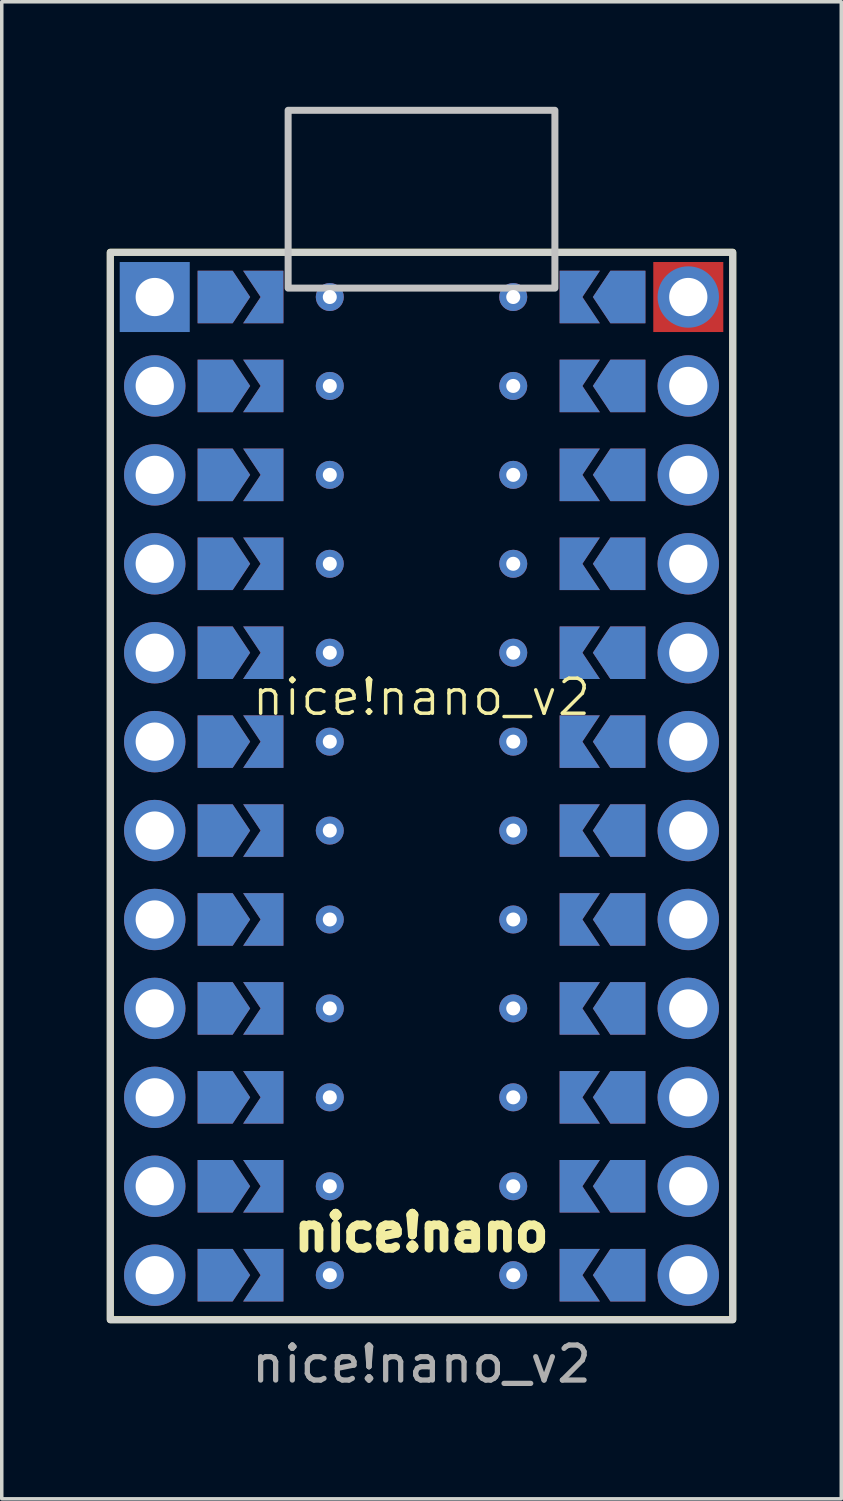
<source format=kicad_pcb>
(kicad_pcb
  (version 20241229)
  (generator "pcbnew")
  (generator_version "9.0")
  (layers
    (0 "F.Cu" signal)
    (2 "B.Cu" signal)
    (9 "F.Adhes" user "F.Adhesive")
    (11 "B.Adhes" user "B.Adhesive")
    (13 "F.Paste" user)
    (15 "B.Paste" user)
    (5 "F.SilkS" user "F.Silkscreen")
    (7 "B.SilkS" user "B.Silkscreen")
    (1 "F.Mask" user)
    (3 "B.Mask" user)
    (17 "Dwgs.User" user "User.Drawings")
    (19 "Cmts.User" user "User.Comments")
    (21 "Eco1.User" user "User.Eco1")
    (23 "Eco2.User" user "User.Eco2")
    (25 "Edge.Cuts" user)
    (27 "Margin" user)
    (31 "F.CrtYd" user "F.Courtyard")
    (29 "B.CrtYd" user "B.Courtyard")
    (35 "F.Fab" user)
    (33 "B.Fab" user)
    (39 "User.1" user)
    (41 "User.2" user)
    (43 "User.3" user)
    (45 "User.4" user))
  (footprint "nice!nano_v2"
    (layer "F.Cu")
    (at 8.99 19.404)
    (property "Reference" "nice!nano_v2" (at 0 -2.54 0) (unlocked yes) (layer "F.SilkS") (effects (font (size 1 1) (thickness 0.1))))
    (attr through_hole)
    (fp_rect (start 6.62 -14.97) (end 8.62 -12.97) (stroke (width 0) (type solid)) (fill yes) (layer "F.Cu"))
    (fp_rect (start 6.62 -14.97) (end 8.62 -12.97) (stroke (width 0) (type solid)) (fill yes) (layer "F.Mask"))
    (fp_rect (start -8.62 -14.97) (end -6.62 -12.97) (stroke (width 0) (type solid)) (fill yes) (layer "B.Cu"))
    (fp_rect (start -8.62 -14.97) (end -6.62 -12.97) (stroke (width 0) (type solid)) (fill yes) (layer "B.Mask"))
    (fp_rect (start -8.89 15.24) (end 8.89 -15.25) (stroke (width 0.2) (type default)) (fill no) (layer "F.SilkS"))
    (fp_rect (start -3.81 -19.304) (end 3.81 -14.224) (stroke (width 0.2) (type default)) (fill no) (layer "Dwgs.User"))
    (fp_rect (start -8.89 15.245) (end 8.89 -15.245) (stroke (width 0.2) (type default)) (fill no) (layer "Edge.Cuts"))
    (fp_text user "nice!nano" (at 0 13.335 0) (unlocked yes) (layer "F.SilkS") (effects (font (size 1 1) (thickness 0.25) (bold yes)) (justify bottom)))
    (fp_text user "${REFERENCE}" (at 0 16.51 0) (unlocked yes) (layer "F.Fab") (effects (font (size 1 1) (thickness 0.15))))
    (pad "" thru_hole circle (at -7.62 -13.97) (size 1.753 1.753) (drill 1.092) (layers "*.Cu" "*.Mask"))
    (pad "" thru_hole circle (at -7.62 -11.43) (size 1.753 1.753) (drill 1.092) (layers "*.Cu" "*.Mask"))
    (pad "" thru_hole circle (at -7.62 -8.89) (size 1.753 1.753) (drill 1.092) (layers "*.Cu" "*.Mask"))
    (pad "" thru_hole circle (at -7.62 -6.35) (size 1.753 1.753) (drill 1.092) (layers "*.Cu" "*.Mask"))
    (pad "" thru_hole circle (at -7.62 -3.81) (size 1.753 1.753) (drill 1.092) (layers "*.Cu" "*.Mask"))
    (pad "" thru_hole circle (at -7.62 -1.27) (size 1.753 1.753) (drill 1.092) (layers "*.Cu" "*.Mask"))
    (pad "" thru_hole circle (at -7.62 1.27) (size 1.753 1.753) (drill 1.092) (layers "*.Cu" "*.Mask"))
    (pad "" thru_hole circle (at -7.62 3.81) (size 1.753 1.753) (drill 1.092) (layers "*.Cu" "*.Mask"))
    (pad "" thru_hole circle (at -7.62 6.35) (size 1.753 1.753) (drill 1.092) (layers "*.Cu" "*.Mask"))
    (pad "" thru_hole circle (at -7.62 8.89) (size 1.753 1.753) (drill 1.092) (layers "*.Cu" "*.Mask"))
    (pad "" thru_hole circle (at -7.62 11.43) (size 1.753 1.753) (drill 1.092) (layers "*.Cu" "*.Mask"))
    (pad "" thru_hole circle (at -7.62 13.97) (size 1.753 1.753) (drill 1.092) (layers "*.Cu" "*.Mask"))
    (pad "" smd custom (at -5.895 -13.97) (size 0.3 0.3) (layers "F.Cu" "F.Mask") (options (anchor rect)) (primitives (gr_poly (pts (xy 1 0) (xy 0.5 0.75) (xy -0.5 0.75) (xy -0.5 -0.75) (xy 0.5 -0.75)) (width 0) (fill yes))))
    (pad "" smd custom (at -5.895 -13.97 180) (size 0.3 0.3) (layers "B.Cu" "B.Mask") (options (anchor rect)) (primitives (gr_poly (pts (xy -1 0) (xy -0.5 0.75) (xy 0.5 0.75) (xy 0.5 -0.75) (xy -0.5 -0.75)) (width 0) (fill yes))))
    (pad "" smd custom (at -5.895 -11.43) (size 0.3 0.3) (layers "F.Cu" "F.Mask") (options (anchor rect)) (primitives (gr_poly (pts (xy 1 0) (xy 0.5 0.75) (xy -0.5 0.75) (xy -0.5 -0.75) (xy 0.5 -0.75)) (width 0) (fill yes))))
    (pad "" smd custom (at -5.895 -11.43 180) (size 0.3 0.3) (layers "B.Cu" "B.Mask") (options (anchor rect)) (primitives (gr_poly (pts (xy -1 0) (xy -0.5 0.75) (xy 0.5 0.75) (xy 0.5 -0.75) (xy -0.5 -0.75)) (width 0) (fill yes))))
    (pad "" smd custom (at -5.895 -8.89) (size 0.3 0.3) (layers "F.Cu" "F.Mask") (options (anchor rect)) (primitives (gr_poly (pts (xy 1 0) (xy 0.5 0.75) (xy -0.5 0.75) (xy -0.5 -0.75) (xy 0.5 -0.75)) (width 0) (fill yes))))
    (pad "" smd custom (at -5.895 -8.89 180) (size 0.3 0.3) (layers "B.Cu" "B.Mask") (options (anchor rect)) (primitives (gr_poly (pts (xy -1 0) (xy -0.5 0.75) (xy 0.5 0.75) (xy 0.5 -0.75) (xy -0.5 -0.75)) (width 0) (fill yes))))
    (pad "" smd custom (at -5.895 -6.35) (size 0.3 0.3) (layers "F.Cu" "F.Mask") (options (anchor rect)) (primitives (gr_poly (pts (xy 1 0) (xy 0.5 0.75) (xy -0.5 0.75) (xy -0.5 -0.75) (xy 0.5 -0.75)) (width 0) (fill yes))))
    (pad "" smd custom (at -5.895 -6.35 180) (size 0.3 0.3) (layers "B.Cu" "B.Mask") (options (anchor rect)) (primitives (gr_poly (pts (xy -1 0) (xy -0.5 0.75) (xy 0.5 0.75) (xy 0.5 -0.75) (xy -0.5 -0.75)) (width 0) (fill yes))))
    (pad "" smd custom (at -5.895 -3.81) (size 0.3 0.3) (layers "F.Cu" "F.Mask") (options (anchor rect)) (primitives (gr_poly (pts (xy 1 0) (xy 0.5 0.75) (xy -0.5 0.75) (xy -0.5 -0.75) (xy 0.5 -0.75)) (width 0) (fill yes))))
    (pad "" smd custom (at -5.895 -3.81 180) (size 0.3 0.3) (layers "B.Cu" "B.Mask") (options (anchor rect)) (primitives (gr_poly (pts (xy -1 0) (xy -0.5 0.75) (xy 0.5 0.75) (xy 0.5 -0.75) (xy -0.5 -0.75)) (width 0) (fill yes))))
    (pad "" smd custom (at -5.895 -1.27) (size 0.3 0.3) (layers "F.Cu" "F.Mask") (options (anchor rect)) (primitives (gr_poly (pts (xy 1 0) (xy 0.5 0.75) (xy -0.5 0.75) (xy -0.5 -0.75) (xy 0.5 -0.75)) (width 0) (fill yes))))
    (pad "" smd custom (at -5.895 -1.27 180) (size 0.3 0.3) (layers "B.Cu" "B.Mask") (options (anchor rect)) (primitives (gr_poly (pts (xy -1 0) (xy -0.5 0.75) (xy 0.5 0.75) (xy 0.5 -0.75) (xy -0.5 -0.75)) (width 0) (fill yes))))
    (pad "" smd custom (at -5.895 1.27) (size 0.3 0.3) (layers "F.Cu" "F.Mask") (options (anchor rect)) (primitives (gr_poly (pts (xy 1 0) (xy 0.5 0.75) (xy -0.5 0.75) (xy -0.5 -0.75) (xy 0.5 -0.75)) (width 0) (fill yes))))
    (pad "" smd custom (at -5.895 1.27 180) (size 0.3 0.3) (layers "B.Cu" "B.Mask") (options (anchor rect)) (primitives (gr_poly (pts (xy -1 0) (xy -0.5 0.75) (xy 0.5 0.75) (xy 0.5 -0.75) (xy -0.5 -0.75)) (width 0) (fill yes))))
    (pad "" smd custom (at -5.895 3.81) (size 0.3 0.3) (layers "F.Cu" "F.Mask") (options (anchor rect)) (primitives (gr_poly (pts (xy 1 0) (xy 0.5 0.75) (xy -0.5 0.75) (xy -0.5 -0.75) (xy 0.5 -0.75)) (width 0) (fill yes))))
    (pad "" smd custom (at -5.895 3.81 180) (size 0.3 0.3) (layers "B.Cu" "B.Mask") (options (anchor rect)) (primitives (gr_poly (pts (xy -1 0) (xy -0.5 0.75) (xy 0.5 0.75) (xy 0.5 -0.75) (xy -0.5 -0.75)) (width 0) (fill yes))))
    (pad "" smd custom (at -5.895 6.35) (size 0.3 0.3) (layers "F.Cu" "F.Mask") (options (anchor rect)) (primitives (gr_poly (pts (xy 1 0) (xy 0.5 0.75) (xy -0.5 0.75) (xy -0.5 -0.75) (xy 0.5 -0.75)) (width 0) (fill yes))))
    (pad "" smd custom (at -5.895 6.35 180) (size 0.3 0.3) (layers "B.Cu" "B.Mask") (options (anchor rect)) (primitives (gr_poly (pts (xy -1 0) (xy -0.5 0.75) (xy 0.5 0.75) (xy 0.5 -0.75) (xy -0.5 -0.75)) (width 0) (fill yes))))
    (pad "" smd custom (at -5.895 8.89) (size 0.3 0.3) (layers "F.Cu" "F.Mask") (options (anchor rect)) (primitives (gr_poly (pts (xy 1 0) (xy 0.5 0.75) (xy -0.5 0.75) (xy -0.5 -0.75) (xy 0.5 -0.75)) (width 0) (fill yes))))
    (pad "" smd custom (at -5.895 8.89 180) (size 0.3 0.3) (layers "B.Cu" "B.Mask") (options (anchor rect)) (primitives (gr_poly (pts (xy -1 0) (xy -0.5 0.75) (xy 0.5 0.75) (xy 0.5 -0.75) (xy -0.5 -0.75)) (width 0) (fill yes))))
    (pad "" smd custom (at -5.895 11.43) (size 0.3 0.3) (layers "F.Cu" "F.Mask") (options (anchor rect)) (primitives (gr_poly (pts (xy 1 0) (xy 0.5 0.75) (xy -0.5 0.75) (xy -0.5 -0.75) (xy 0.5 -0.75)) (width 0) (fill yes))))
    (pad "" smd custom (at -5.895 11.43 180) (size 0.3 0.3) (layers "B.Cu" "B.Mask") (options (anchor rect)) (primitives (gr_poly (pts (xy -1 0) (xy -0.5 0.75) (xy 0.5 0.75) (xy 0.5 -0.75) (xy -0.5 -0.75)) (width 0) (fill yes))))
    (pad "" smd custom (at -5.895 13.97) (size 0.3 0.3) (layers "F.Cu" "F.Mask") (options (anchor rect)) (primitives (gr_poly (pts (xy 1 0) (xy 0.5 0.75) (xy -0.5 0.75) (xy -0.5 -0.75) (xy 0.5 -0.75)) (width 0) (fill yes))))
    (pad "" smd custom (at -5.895 13.97 180) (size 0.3 0.3) (layers "B.Cu" "B.Mask") (options (anchor rect)) (primitives (gr_poly (pts (xy -1 0) (xy -0.5 0.75) (xy 0.5 0.75) (xy 0.5 -0.75) (xy -0.5 -0.75)) (width 0) (fill yes))))
    (pad "" smd custom (at -4.445 -13.97) (size 0.3 0.3) (layers "F.Cu" "F.Mask") (options (anchor rect)) (primitives (gr_poly (pts (xy 0.5 0.75) (xy -0.65 0.75) (xy -0.15 0) (xy -0.65 -0.75) (xy 0.5 -0.75)) (width 0) (fill yes))))
    (pad "" smd custom (at -4.445 -13.97 180) (size 0.3 0.3) (layers "B.Cu" "B.Mask") (options (anchor rect)) (primitives (gr_poly (pts (xy -0.5 0.75) (xy 0.65 0.75) (xy 0.15 0) (xy 0.65 -0.75) (xy -0.5 -0.75)) (width 0) (fill yes))))
    (pad "" smd custom (at -4.445 -11.43) (size 0.3 0.3) (layers "F.Cu" "F.Mask") (options (anchor rect)) (primitives (gr_poly (pts (xy 0.5 0.75) (xy -0.65 0.75) (xy -0.15 0) (xy -0.65 -0.75) (xy 0.5 -0.75)) (width 0) (fill yes))))
    (pad "" smd custom (at -4.445 -11.43 180) (size 0.3 0.3) (layers "B.Cu" "B.Mask") (options (anchor rect)) (primitives (gr_poly (pts (xy -0.5 0.75) (xy 0.65 0.75) (xy 0.15 0) (xy 0.65 -0.75) (xy -0.5 -0.75)) (width 0) (fill yes))))
    (pad "" smd custom (at -4.445 -8.89) (size 0.3 0.3) (layers "F.Cu" "F.Mask") (options (anchor rect)) (primitives (gr_poly (pts (xy 0.5 0.75) (xy -0.65 0.75) (xy -0.15 0) (xy -0.65 -0.75) (xy 0.5 -0.75)) (width 0) (fill yes))))
    (pad "" smd custom (at -4.445 -8.89 180) (size 0.3 0.3) (layers "B.Cu" "B.Mask") (options (anchor rect)) (primitives (gr_poly (pts (xy -0.5 0.75) (xy 0.65 0.75) (xy 0.15 0) (xy 0.65 -0.75) (xy -0.5 -0.75)) (width 0) (fill yes))))
    (pad "" smd custom (at -4.445 -6.35) (size 0.3 0.3) (layers "F.Cu" "F.Mask") (options (anchor rect)) (primitives (gr_poly (pts (xy 0.5 0.75) (xy -0.65 0.75) (xy -0.15 0) (xy -0.65 -0.75) (xy 0.5 -0.75)) (width 0) (fill yes))))
    (pad "" smd custom (at -4.445 -6.35 180) (size 0.3 0.3) (layers "B.Cu" "B.Mask") (options (anchor rect)) (primitives (gr_poly (pts (xy -0.5 0.75) (xy 0.65 0.75) (xy 0.15 0) (xy 0.65 -0.75) (xy -0.5 -0.75)) (width 0) (fill yes))))
    (pad "" smd custom (at -4.445 -3.81) (size 0.3 0.3) (layers "F.Cu" "F.Mask") (options (anchor rect)) (primitives (gr_poly (pts (xy 0.5 0.75) (xy -0.65 0.75) (xy -0.15 0) (xy -0.65 -0.75) (xy 0.5 -0.75)) (width 0) (fill yes))))
    (pad "" smd custom (at -4.445 -3.81 180) (size 0.3 0.3) (layers "B.Cu" "B.Mask") (options (anchor rect)) (primitives (gr_poly (pts (xy -0.5 0.75) (xy 0.65 0.75) (xy 0.15 0) (xy 0.65 -0.75) (xy -0.5 -0.75)) (width 0) (fill yes))))
    (pad "" smd custom (at -4.445 -1.27) (size 0.3 0.3) (layers "F.Cu" "F.Mask") (options (anchor rect)) (primitives (gr_poly (pts (xy 0.5 0.75) (xy -0.65 0.75) (xy -0.15 0) (xy -0.65 -0.75) (xy 0.5 -0.75)) (width 0) (fill yes))))
    (pad "" smd custom (at -4.445 -1.27 180) (size 0.3 0.3) (layers "B.Cu" "B.Mask") (options (anchor rect)) (primitives (gr_poly (pts (xy -0.5 0.75) (xy 0.65 0.75) (xy 0.15 0) (xy 0.65 -0.75) (xy -0.5 -0.75)) (width 0) (fill yes))))
    (pad "" smd custom (at -4.445 1.27) (size 0.3 0.3) (layers "F.Cu" "F.Mask") (options (anchor rect)) (primitives (gr_poly (pts (xy 0.5 0.75) (xy -0.65 0.75) (xy -0.15 0) (xy -0.65 -0.75) (xy 0.5 -0.75)) (width 0) (fill yes))))
    (pad "" smd custom (at -4.445 1.27 180) (size 0.3 0.3) (layers "B.Cu" "B.Mask") (options (anchor rect)) (primitives (gr_poly (pts (xy -0.5 0.75) (xy 0.65 0.75) (xy 0.15 0) (xy 0.65 -0.75) (xy -0.5 -0.75)) (width 0) (fill yes))))
    (pad "" smd custom (at -4.445 3.81) (size 0.3 0.3) (layers "F.Cu" "F.Mask") (options (anchor rect)) (primitives (gr_poly (pts (xy 0.5 0.75) (xy -0.65 0.75) (xy -0.15 0) (xy -0.65 -0.75) (xy 0.5 -0.75)) (width 0) (fill yes))))
    (pad "" smd custom (at -4.445 3.81 180) (size 0.3 0.3) (layers "B.Cu" "B.Mask") (options (anchor rect)) (primitives (gr_poly (pts (xy -0.5 0.75) (xy 0.65 0.75) (xy 0.15 0) (xy 0.65 -0.75) (xy -0.5 -0.75)) (width 0) (fill yes))))
    (pad "" smd custom (at -4.445 6.35) (size 0.3 0.3) (layers "F.Cu" "F.Mask") (options (anchor rect)) (primitives (gr_poly (pts (xy 0.5 0.75) (xy -0.65 0.75) (xy -0.15 0) (xy -0.65 -0.75) (xy 0.5 -0.75)) (width 0) (fill yes))))
    (pad "" smd custom (at -4.445 6.35 180) (size 0.3 0.3) (layers "B.Cu" "B.Mask") (options (anchor rect)) (primitives (gr_poly (pts (xy -0.5 0.75) (xy 0.65 0.75) (xy 0.15 0) (xy 0.65 -0.75) (xy -0.5 -0.75)) (width 0) (fill yes))))
    (pad "" smd custom (at -4.445 8.89) (size 0.3 0.3) (layers "F.Cu" "F.Mask") (options (anchor rect)) (primitives (gr_poly (pts (xy 0.5 0.75) (xy -0.65 0.75) (xy -0.15 0) (xy -0.65 -0.75) (xy 0.5 -0.75)) (width 0) (fill yes))))
    (pad "" smd custom (at -4.445 8.89 180) (size 0.3 0.3) (layers "B.Cu" "B.Mask") (options (anchor rect)) (primitives (gr_poly (pts (xy -0.5 0.75) (xy 0.65 0.75) (xy 0.15 0) (xy 0.65 -0.75) (xy -0.5 -0.75)) (width 0) (fill yes))))
    (pad "" smd custom (at -4.445 11.43) (size 0.3 0.3) (layers "F.Cu" "F.Mask") (options (anchor rect)) (primitives (gr_poly (pts (xy 0.5 0.75) (xy -0.65 0.75) (xy -0.15 0) (xy -0.65 -0.75) (xy 0.5 -0.75)) (width 0) (fill yes))))
    (pad "" smd custom (at -4.445 11.43 180) (size 0.3 0.3) (layers "B.Cu" "B.Mask") (options (anchor rect)) (primitives (gr_poly (pts (xy -0.5 0.75) (xy 0.65 0.75) (xy 0.15 0) (xy 0.65 -0.75) (xy -0.5 -0.75)) (width 0) (fill yes))))
    (pad "" smd custom (at -4.445 13.97) (size 0.3 0.3) (layers "F.Cu" "F.Mask") (options (anchor rect)) (primitives (gr_poly (pts (xy 0.5 0.75) (xy -0.65 0.75) (xy -0.15 0) (xy -0.65 -0.75) (xy 0.5 -0.75)) (width 0) (fill yes))))
    (pad "" smd custom (at -4.445 13.97 180) (size 0.3 0.3) (layers "B.Cu" "B.Mask") (options (anchor rect)) (primitives (gr_poly (pts (xy -0.5 0.75) (xy 0.65 0.75) (xy 0.15 0) (xy 0.65 -0.75) (xy -0.5 -0.75)) (width 0) (fill yes))))
    (pad "" smd custom (at 4.445 -13.97 180) (size 0.3 0.3) (layers "F.Cu" "F.Mask") (options (anchor rect)) (primitives (gr_poly (pts (xy 0.5 0.75) (xy -0.65 0.75) (xy -0.15 0) (xy -0.65 -0.75) (xy 0.5 -0.75)) (width 0) (fill yes))))
    (pad "" smd custom (at 4.445 -13.97) (size 0.3 0.3) (layers "B.Cu" "B.Mask") (options (anchor rect)) (primitives (gr_poly (pts (xy -0.5 0.75) (xy 0.65 0.75) (xy 0.15 0) (xy 0.65 -0.75) (xy -0.5 -0.75)) (width 0) (fill yes))))
    (pad "" smd custom (at 4.445 -11.43 180) (size 0.3 0.3) (layers "F.Cu" "F.Mask") (options (anchor rect)) (primitives (gr_poly (pts (xy 0.5 0.75) (xy -0.65 0.75) (xy -0.15 0) (xy -0.65 -0.75) (xy 0.5 -0.75)) (width 0) (fill yes))))
    (pad "" smd custom (at 4.445 -11.43) (size 0.3 0.3) (layers "B.Cu" "B.Mask") (options (anchor rect)) (primitives (gr_poly (pts (xy -0.5 0.75) (xy 0.65 0.75) (xy 0.15 0) (xy 0.65 -0.75) (xy -0.5 -0.75)) (width 0) (fill yes))))
    (pad "" smd custom (at 4.445 -8.89 180) (size 0.3 0.3) (layers "F.Cu" "F.Mask") (options (anchor rect)) (primitives (gr_poly (pts (xy 0.5 0.75) (xy -0.65 0.75) (xy -0.15 0) (xy -0.65 -0.75) (xy 0.5 -0.75)) (width 0) (fill yes))))
    (pad "" smd custom (at 4.445 -8.89) (size 0.3 0.3) (layers "B.Cu" "B.Mask") (options (anchor rect)) (primitives (gr_poly (pts (xy -0.5 0.75) (xy 0.65 0.75) (xy 0.15 0) (xy 0.65 -0.75) (xy -0.5 -0.75)) (width 0) (fill yes))))
    (pad "" smd custom (at 4.445 -6.35 180) (size 0.3 0.3) (layers "F.Cu" "F.Mask") (options (anchor rect)) (primitives (gr_poly (pts (xy 0.5 0.75) (xy -0.65 0.75) (xy -0.15 0) (xy -0.65 -0.75) (xy 0.5 -0.75)) (width 0) (fill yes))))
    (pad "" smd custom (at 4.445 -6.35) (size 0.3 0.3) (layers "B.Cu" "B.Mask") (options (anchor rect)) (primitives (gr_poly (pts (xy -0.5 0.75) (xy 0.65 0.75) (xy 0.15 0) (xy 0.65 -0.75) (xy -0.5 -0.75)) (width 0) (fill yes))))
    (pad "" smd custom (at 4.445 -3.81 180) (size 0.3 0.3) (layers "F.Cu" "F.Mask") (options (anchor rect)) (primitives (gr_poly (pts (xy 0.5 0.75) (xy -0.65 0.75) (xy -0.15 0) (xy -0.65 -0.75) (xy 0.5 -0.75)) (width 0) (fill yes))))
    (pad "" smd custom (at 4.445 -3.81) (size 0.3 0.3) (layers "B.Cu" "B.Mask") (options (anchor rect)) (primitives (gr_poly (pts (xy -0.5 0.75) (xy 0.65 0.75) (xy 0.15 0) (xy 0.65 -0.75) (xy -0.5 -0.75)) (width 0) (fill yes))))
    (pad "" smd custom (at 4.445 -1.27 180) (size 0.3 0.3) (layers "F.Cu" "F.Mask") (options (anchor rect)) (primitives (gr_poly (pts (xy 0.5 0.75) (xy -0.65 0.75) (xy -0.15 0) (xy -0.65 -0.75) (xy 0.5 -0.75)) (width 0) (fill yes))))
    (pad "" smd custom (at 4.445 -1.27) (size 0.3 0.3) (layers "B.Cu" "B.Mask") (options (anchor rect)) (primitives (gr_poly (pts (xy -0.5 0.75) (xy 0.65 0.75) (xy 0.15 0) (xy 0.65 -0.75) (xy -0.5 -0.75)) (width 0) (fill yes))))
    (pad "" smd custom (at 4.445 1.27 180) (size 0.3 0.3) (layers "F.Cu" "F.Mask") (options (anchor rect)) (primitives (gr_poly (pts (xy 0.5 0.75) (xy -0.65 0.75) (xy -0.15 0) (xy -0.65 -0.75) (xy 0.5 -0.75)) (width 0) (fill yes))))
    (pad "" smd custom (at 4.445 1.27) (size 0.3 0.3) (layers "B.Cu" "B.Mask") (options (anchor rect)) (primitives (gr_poly (pts (xy -0.5 0.75) (xy 0.65 0.75) (xy 0.15 0) (xy 0.65 -0.75) (xy -0.5 -0.75)) (width 0) (fill yes))))
    (pad "" smd custom (at 4.445 3.81 180) (size 0.3 0.3) (layers "F.Cu" "F.Mask") (options (anchor rect)) (primitives (gr_poly (pts (xy 0.5 0.75) (xy -0.65 0.75) (xy -0.15 0) (xy -0.65 -0.75) (xy 0.5 -0.75)) (width 0) (fill yes))))
    (pad "" smd custom (at 4.445 3.81) (size 0.3 0.3) (layers "B.Cu" "B.Mask") (options (anchor rect)) (primitives (gr_poly (pts (xy -0.5 0.75) (xy 0.65 0.75) (xy 0.15 0) (xy 0.65 -0.75) (xy -0.5 -0.75)) (width 0) (fill yes))))
    (pad "" smd custom (at 4.445 6.35 180) (size 0.3 0.3) (layers "F.Cu" "F.Mask") (options (anchor rect)) (primitives (gr_poly (pts (xy 0.5 0.75) (xy -0.65 0.75) (xy -0.15 0) (xy -0.65 -0.75) (xy 0.5 -0.75)) (width 0) (fill yes))))
    (pad "" smd custom (at 4.445 6.35) (size 0.3 0.3) (layers "B.Cu" "B.Mask") (options (anchor rect)) (primitives (gr_poly (pts (xy -0.5 0.75) (xy 0.65 0.75) (xy 0.15 0) (xy 0.65 -0.75) (xy -0.5 -0.75)) (width 0) (fill yes))))
    (pad "" smd custom (at 4.445 8.89 180) (size 0.3 0.3) (layers "F.Cu" "F.Mask") (options (anchor rect)) (primitives (gr_poly (pts (xy 0.5 0.75) (xy -0.65 0.75) (xy -0.15 0) (xy -0.65 -0.75) (xy 0.5 -0.75)) (width 0) (fill yes))))
    (pad "" smd custom (at 4.445 8.89) (size 0.3 0.3) (layers "B.Cu" "B.Mask") (options (anchor rect)) (primitives (gr_poly (pts (xy -0.5 0.75) (xy 0.65 0.75) (xy 0.15 0) (xy 0.65 -0.75) (xy -0.5 -0.75)) (width 0) (fill yes))))
    (pad "" smd custom (at 4.445 11.43 180) (size 0.3 0.3) (layers "F.Cu" "F.Mask") (options (anchor rect)) (primitives (gr_poly (pts (xy 0.5 0.75) (xy -0.65 0.75) (xy -0.15 0) (xy -0.65 -0.75) (xy 0.5 -0.75)) (width 0) (fill yes))))
    (pad "" smd custom (at 4.445 11.43) (size 0.3 0.3) (layers "B.Cu" "B.Mask") (options (anchor rect)) (primitives (gr_poly (pts (xy -0.5 0.75) (xy 0.65 0.75) (xy 0.15 0) (xy 0.65 -0.75) (xy -0.5 -0.75)) (width 0) (fill yes))))
    (pad "" smd custom (at 4.445 13.97 180) (size 0.3 0.3) (layers "F.Cu" "F.Mask") (options (anchor rect)) (primitives (gr_poly (pts (xy 0.5 0.75) (xy -0.65 0.75) (xy -0.15 0) (xy -0.65 -0.75) (xy 0.5 -0.75)) (width 0) (fill yes))))
    (pad "" smd custom (at 4.445 13.97) (size 0.3 0.3) (layers "B.Cu" "B.Mask") (options (anchor rect)) (primitives (gr_poly (pts (xy -0.5 0.75) (xy 0.65 0.75) (xy 0.15 0) (xy 0.65 -0.75) (xy -0.5 -0.75)) (width 0) (fill yes))))
    (pad "" smd custom (at 5.895 -13.97 180) (size 0.3 0.3) (layers "F.Cu" "F.Mask") (options (anchor rect)) (primitives (gr_poly (pts (xy 1 0) (xy 0.5 0.75) (xy -0.5 0.75) (xy -0.5 -0.75) (xy 0.5 -0.75)) (width 0) (fill yes))))
    (pad "" smd custom (at 5.895 -13.97) (size 0.3 0.3) (layers "B.Cu" "B.Mask") (options (anchor rect)) (primitives (gr_poly (pts (xy -1 0) (xy -0.5 0.75) (xy 0.5 0.75) (xy 0.5 -0.75) (xy -0.5 -0.75)) (width 0) (fill yes))))
    (pad "" smd custom (at 5.895 -11.43 180) (size 0.3 0.3) (layers "F.Cu" "F.Mask") (options (anchor rect)) (primitives (gr_poly (pts (xy 1 0) (xy 0.5 0.75) (xy -0.5 0.75) (xy -0.5 -0.75) (xy 0.5 -0.75)) (width 0) (fill yes))))
    (pad "" smd custom (at 5.895 -11.43) (size 0.3 0.3) (layers "B.Cu" "B.Mask") (options (anchor rect)) (primitives (gr_poly (pts (xy -1 0) (xy -0.5 0.75) (xy 0.5 0.75) (xy 0.5 -0.75) (xy -0.5 -0.75)) (width 0) (fill yes))))
    (pad "" smd custom (at 5.895 -8.89 180) (size 0.3 0.3) (layers "F.Cu" "F.Mask") (options (anchor rect)) (primitives (gr_poly (pts (xy 1 0) (xy 0.5 0.75) (xy -0.5 0.75) (xy -0.5 -0.75) (xy 0.5 -0.75)) (width 0) (fill yes))))
    (pad "" smd custom (at 5.895 -8.89) (size 0.3 0.3) (layers "B.Cu" "B.Mask") (options (anchor rect)) (primitives (gr_poly (pts (xy -1 0) (xy -0.5 0.75) (xy 0.5 0.75) (xy 0.5 -0.75) (xy -0.5 -0.75)) (width 0) (fill yes))))
    (pad "" smd custom (at 5.895 -6.35 180) (size 0.3 0.3) (layers "F.Cu" "F.Mask") (options (anchor rect)) (primitives (gr_poly (pts (xy 1 0) (xy 0.5 0.75) (xy -0.5 0.75) (xy -0.5 -0.75) (xy 0.5 -0.75)) (width 0) (fill yes))))
    (pad "" smd custom (at 5.895 -6.35) (size 0.3 0.3) (layers "B.Cu" "B.Mask") (options (anchor rect)) (primitives (gr_poly (pts (xy -1 0) (xy -0.5 0.75) (xy 0.5 0.75) (xy 0.5 -0.75) (xy -0.5 -0.75)) (width 0) (fill yes))))
    (pad "" smd custom (at 5.895 -3.81 180) (size 0.3 0.3) (layers "F.Cu" "F.Mask") (options (anchor rect)) (primitives (gr_poly (pts (xy 1 0) (xy 0.5 0.75) (xy -0.5 0.75) (xy -0.5 -0.75) (xy 0.5 -0.75)) (width 0) (fill yes))))
    (pad "" smd custom (at 5.895 -3.81) (size 0.3 0.3) (layers "B.Cu" "B.Mask") (options (anchor rect)) (primitives (gr_poly (pts (xy -1 0) (xy -0.5 0.75) (xy 0.5 0.75) (xy 0.5 -0.75) (xy -0.5 -0.75)) (width 0) (fill yes))))
    (pad "" smd custom (at 5.895 -1.27 180) (size 0.3 0.3) (layers "F.Cu" "F.Mask") (options (anchor rect)) (primitives (gr_poly (pts (xy 1 0) (xy 0.5 0.75) (xy -0.5 0.75) (xy -0.5 -0.75) (xy 0.5 -0.75)) (width 0) (fill yes))))
    (pad "" smd custom (at 5.895 -1.27) (size 0.3 0.3) (layers "B.Cu" "B.Mask") (options (anchor rect)) (primitives (gr_poly (pts (xy -1 0) (xy -0.5 0.75) (xy 0.5 0.75) (xy 0.5 -0.75) (xy -0.5 -0.75)) (width 0) (fill yes))))
    (pad "" smd custom (at 5.895 1.27 180) (size 0.3 0.3) (layers "F.Cu" "F.Mask") (options (anchor rect)) (primitives (gr_poly (pts (xy 1 0) (xy 0.5 0.75) (xy -0.5 0.75) (xy -0.5 -0.75) (xy 0.5 -0.75)) (width 0) (fill yes))))
    (pad "" smd custom (at 5.895 1.27) (size 0.3 0.3) (layers "B.Cu" "B.Mask") (options (anchor rect)) (primitives (gr_poly (pts (xy -1 0) (xy -0.5 0.75) (xy 0.5 0.75) (xy 0.5 -0.75) (xy -0.5 -0.75)) (width 0) (fill yes))))
    (pad "" smd custom (at 5.895 3.81 180) (size 0.3 0.3) (layers "F.Cu" "F.Mask") (options (anchor rect)) (primitives (gr_poly (pts (xy 1 0) (xy 0.5 0.75) (xy -0.5 0.75) (xy -0.5 -0.75) (xy 0.5 -0.75)) (width 0) (fill yes))))
    (pad "" smd custom (at 5.895 3.81) (size 0.3 0.3) (layers "B.Cu" "B.Mask") (options (anchor rect)) (primitives (gr_poly (pts (xy -1 0) (xy -0.5 0.75) (xy 0.5 0.75) (xy 0.5 -0.75) (xy -0.5 -0.75)) (width 0) (fill yes))))
    (pad "" smd custom (at 5.895 6.35 180) (size 0.3 0.3) (layers "F.Cu" "F.Mask") (options (anchor rect)) (primitives (gr_poly (pts (xy 1 0) (xy 0.5 0.75) (xy -0.5 0.75) (xy -0.5 -0.75) (xy 0.5 -0.75)) (width 0) (fill yes))))
    (pad "" smd custom (at 5.895 6.35) (size 0.3 0.3) (layers "B.Cu" "B.Mask") (options (anchor rect)) (primitives (gr_poly (pts (xy -1 0) (xy -0.5 0.75) (xy 0.5 0.75) (xy 0.5 -0.75) (xy -0.5 -0.75)) (width 0) (fill yes))))
    (pad "" smd custom (at 5.895 8.89 180) (size 0.3 0.3) (layers "F.Cu" "F.Mask") (options (anchor rect)) (primitives (gr_poly (pts (xy 1 0) (xy 0.5 0.75) (xy -0.5 0.75) (xy -0.5 -0.75) (xy 0.5 -0.75)) (width 0) (fill yes))))
    (pad "" smd custom (at 5.895 8.89) (size 0.3 0.3) (layers "B.Cu" "B.Mask") (options (anchor rect)) (primitives (gr_poly (pts (xy -1 0) (xy -0.5 0.75) (xy 0.5 0.75) (xy 0.5 -0.75) (xy -0.5 -0.75)) (width 0) (fill yes))))
    (pad "" smd custom (at 5.895 11.43 180) (size 0.3 0.3) (layers "F.Cu" "F.Mask") (options (anchor rect)) (primitives (gr_poly (pts (xy 1 0) (xy 0.5 0.75) (xy -0.5 0.75) (xy -0.5 -0.75) (xy 0.5 -0.75)) (width 0) (fill yes))))
    (pad "" smd custom (at 5.895 11.43) (size 0.3 0.3) (layers "B.Cu" "B.Mask") (options (anchor rect)) (primitives (gr_poly (pts (xy -1 0) (xy -0.5 0.75) (xy 0.5 0.75) (xy 0.5 -0.75) (xy -0.5 -0.75)) (width 0) (fill yes))))
    (pad "" smd custom (at 5.895 13.97 180) (size 0.3 0.3) (layers "F.Cu" "F.Mask") (options (anchor rect)) (primitives (gr_poly (pts (xy 1 0) (xy 0.5 0.75) (xy -0.5 0.75) (xy -0.5 -0.75) (xy 0.5 -0.75)) (width 0) (fill yes))))
    (pad "" smd custom (at 5.895 13.97) (size 0.3 0.3) (layers "B.Cu" "B.Mask") (options (anchor rect)) (primitives (gr_poly (pts (xy -1 0) (xy -0.5 0.75) (xy 0.5 0.75) (xy 0.5 -0.75) (xy -0.5 -0.75)) (width 0) (fill yes))))
    (pad "" thru_hole circle (at 7.62 -13.97) (size 1.753 1.753) (drill 1.092) (layers "*.Cu" "*.Mask"))
    (pad "" thru_hole circle (at 7.62 -11.43) (size 1.753 1.753) (drill 1.092) (layers "*.Cu" "*.Mask"))
    (pad "" thru_hole circle (at 7.62 -8.89) (size 1.753 1.753) (drill 1.092) (layers "*.Cu" "*.Mask"))
    (pad "" thru_hole circle (at 7.62 -6.35) (size 1.753 1.753) (drill 1.092) (layers "*.Cu" "*.Mask"))
    (pad "" thru_hole circle (at 7.62 -3.81) (size 1.753 1.753) (drill 1.092) (layers "*.Cu" "*.Mask"))
    (pad "" thru_hole circle (at 7.62 -1.27) (size 1.753 1.753) (drill 1.092) (layers "*.Cu" "*.Mask"))
    (pad "" thru_hole circle (at 7.62 1.27) (size 1.753 1.753) (drill 1.092) (layers "*.Cu" "*.Mask"))
    (pad "" thru_hole circle (at 7.62 3.81) (size 1.753 1.753) (drill 1.092) (layers "*.Cu" "*.Mask"))
    (pad "" thru_hole circle (at 7.62 6.35) (size 1.753 1.753) (drill 1.092) (layers "*.Cu" "*.Mask"))
    (pad "" thru_hole circle (at 7.62 8.89) (size 1.753 1.753) (drill 1.092) (layers "*.Cu" "*.Mask"))
    (pad "" thru_hole circle (at 7.62 11.43) (size 1.753 1.753) (drill 1.092) (layers "*.Cu" "*.Mask"))
    (pad "" thru_hole circle (at 7.62 13.97) (size 1.753 1.753) (drill 1.092) (layers "*.Cu" "*.Mask"))
    (pad "B+" thru_hole circle (at 2.62 -13.97) (size 0.8 0.8) (drill 0.4) (layers "*.Cu" "*.Mask"))
    (pad "GND" thru_hole circle (at -2.62 -8.89) (size 0.8 0.8) (drill 0.4) (layers "*.Cu" "*.Mask"))
    (pad "GND" thru_hole circle (at -2.62 -6.35) (size 0.8 0.8) (drill 0.4) (layers "*.Cu" "*.Mask"))
    (pad "GND" thru_hole circle (at 2.62 -11.43) (size 0.8 0.8) (drill 0.4) (layers "*.Cu" "*.Mask"))
    (pad "P0" thru_hole circle (at -2.62 -11.43) (size 0.8 0.8) (drill 0.4) (layers "*.Cu" "*.Mask"))
    (pad "P1" thru_hole circle (at -2.62 -13.97) (size 0.8 0.8) (drill 0.4) (layers "*.Cu" "*.Mask"))
    (pad "P2" thru_hole circle (at -2.62 -3.81) (size 0.8 0.8) (drill 0.4) (layers "*.Cu" "*.Mask"))
    (pad "P3" thru_hole circle (at -2.62 -1.27) (size 0.8 0.8) (drill 0.4) (layers "*.Cu" "*.Mask"))
    (pad "P4" thru_hole circle (at -2.62 1.27) (size 0.8 0.8) (drill 0.4) (layers "*.Cu" "*.Mask"))
    (pad "P5" thru_hole circle (at -2.62 3.81) (size 0.8 0.8) (drill 0.4) (layers "*.Cu" "*.Mask"))
    (pad "P6" thru_hole circle (at -2.62 6.35) (size 0.8 0.8) (drill 0.4) (layers "*.Cu" "*.Mask"))
    (pad "P7" thru_hole circle (at -2.62 8.89) (size 0.8 0.8) (drill 0.4) (layers "*.Cu" "*.Mask"))
    (pad "P8" thru_hole circle (at -2.62 11.43) (size 0.8 0.8) (drill 0.4) (layers "*.Cu" "*.Mask"))
    (pad "P9" thru_hole circle (at -2.62 13.97) (size 0.8 0.8) (drill 0.4) (layers "*.Cu" "*.Mask"))
    (pad "P10" thru_hole circle (at 2.62 13.97) (size 0.8 0.8) (drill 0.4) (layers "*.Cu" "*.Mask"))
    (pad "P14" thru_hole circle (at 2.62 8.89) (size 0.8 0.8) (drill 0.4) (layers "*.Cu" "*.Mask"))
    (pad "P15" thru_hole circle (at 2.62 6.35) (size 0.8 0.8) (drill 0.4) (layers "*.Cu" "*.Mask"))
    (pad "P16" thru_hole circle (at 2.62 11.43) (size 0.8 0.8) (drill 0.4) (layers "*.Cu" "*.Mask"))
    (pad "P18" thru_hole circle (at 2.62 3.81) (size 0.8 0.8) (drill 0.4) (layers "*.Cu" "*.Mask"))
    (pad "P19" thru_hole circle (at 2.62 1.27) (size 0.8 0.8) (drill 0.4) (layers "*.Cu" "*.Mask"))
    (pad "P20" thru_hole circle (at 2.62 -1.27) (size 0.8 0.8) (drill 0.4) (layers "*.Cu" "*.Mask"))
    (pad "P21" thru_hole circle (at 2.62 -3.81) (size 0.8 0.8) (drill 0.4) (layers "*.Cu" "*.Mask"))
    (pad "RST" thru_hole circle (at 2.62 -8.89) (size 0.8 0.8) (drill 0.4) (layers "*.Cu" "*.Mask"))
    (pad "VCC" thru_hole circle (at 2.62 -6.35) (size 0.8 0.8) (drill 0.4) (layers "*.Cu" "*.Mask")))
  (gr_rect
    (start -3 -3)
    (end 20.98 39.762)
    (stroke (width 0.1) (type default))
    (fill no)
    (layer "Edge.Cuts")))
</source>
